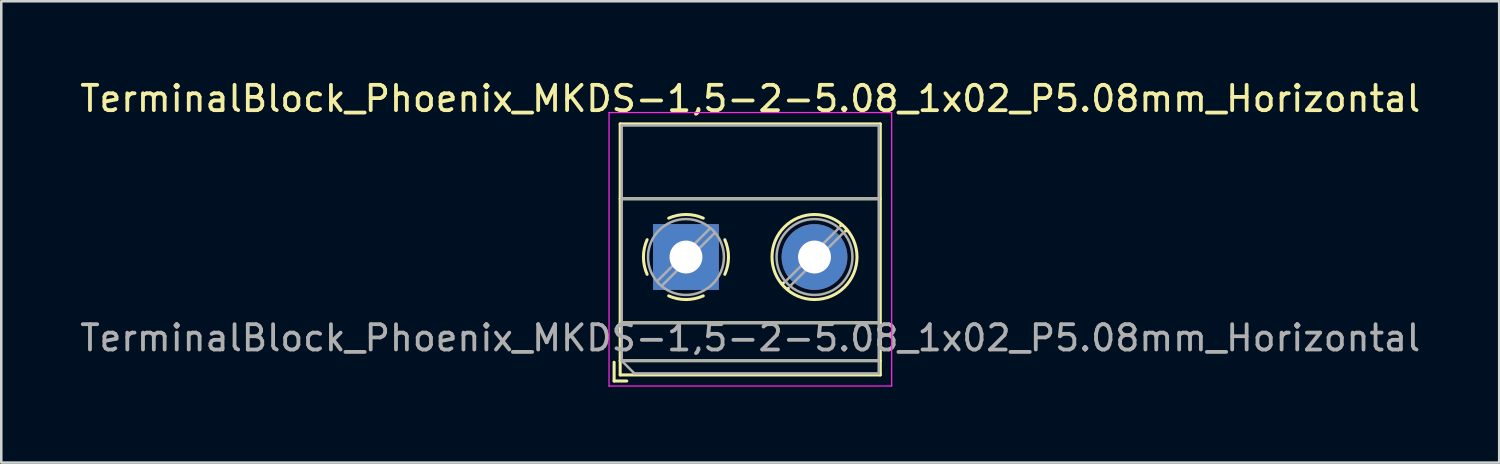
<source format=kicad_pcb>
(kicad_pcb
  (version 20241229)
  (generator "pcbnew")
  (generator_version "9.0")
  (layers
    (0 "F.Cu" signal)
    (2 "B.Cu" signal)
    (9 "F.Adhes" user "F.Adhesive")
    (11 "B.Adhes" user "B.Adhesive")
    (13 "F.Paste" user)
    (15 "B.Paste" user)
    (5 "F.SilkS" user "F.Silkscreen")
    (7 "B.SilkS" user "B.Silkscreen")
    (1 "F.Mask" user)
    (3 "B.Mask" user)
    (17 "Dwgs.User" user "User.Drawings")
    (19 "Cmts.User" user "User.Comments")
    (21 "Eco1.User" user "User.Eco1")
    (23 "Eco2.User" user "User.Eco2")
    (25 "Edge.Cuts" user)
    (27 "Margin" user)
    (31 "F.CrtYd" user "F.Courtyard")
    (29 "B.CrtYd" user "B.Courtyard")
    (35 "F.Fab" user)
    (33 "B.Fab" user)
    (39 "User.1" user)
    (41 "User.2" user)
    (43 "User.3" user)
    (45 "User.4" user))
  (footprint "TerminalBlock_Phoenix_MKDS-1,5-2-5.08_1x02_P5.08mm_Horizontal"
    (layer "F.Cu")
    (at 24.061 7.108)
    (property "Reference" "TerminalBlock_Phoenix_MKDS-1,5-2-5.08_1x02_P5.08mm_Horizontal" (at 2.54 -6.26 0) (layer "F.SilkS") (effects (font (size 1 1) (thickness 0.15))))
    (attr through_hole)
    (fp_line (start -2.84 4.16) (end -2.84 4.9) (stroke (width 0.12) (type solid)) (layer "F.SilkS"))
    (fp_line (start -2.84 4.9) (end -2.34 4.9) (stroke (width 0.12) (type solid)) (layer "F.SilkS"))
    (fp_line (start -2.6 -5.261) (end -2.6 4.66) (stroke (width 0.12) (type solid)) (layer "F.SilkS"))
    (fp_line (start -2.6 -5.261) (end 7.68 -5.261) (stroke (width 0.12) (type solid)) (layer "F.SilkS"))
    (fp_line (start -2.6 -2.301) (end 7.68 -2.301) (stroke (width 0.12) (type solid)) (layer "F.SilkS"))
    (fp_line (start -2.6 2.6) (end 7.68 2.6) (stroke (width 0.12) (type solid)) (layer "F.SilkS"))
    (fp_line (start -2.6 4.1) (end 7.68 4.1) (stroke (width 0.12) (type solid)) (layer "F.SilkS"))
    (fp_line (start -2.6 4.66) (end 7.68 4.66) (stroke (width 0.12) (type solid)) (layer "F.SilkS"))
    (fp_line (start 3.853 1.023) (end 3.806 1.069) (stroke (width 0.12) (type solid)) (layer "F.SilkS"))
    (fp_line (start 4.046 1.239) (end 4.011 1.274) (stroke (width 0.12) (type solid)) (layer "F.SilkS"))
    (fp_line (start 6.15 -1.275) (end 6.115 -1.239) (stroke (width 0.12) (type solid)) (layer "F.SilkS"))
    (fp_line (start 6.355 -1.069) (end 6.308 -1.023) (stroke (width 0.12) (type solid)) (layer "F.SilkS"))
    (fp_line (start 7.68 -5.261) (end 7.68 4.66) (stroke (width 0.12) (type solid)) (layer "F.SilkS"))
    (fp_arc (start -1.535427 0.683042) (mid -1.680501 -0.000524) (end -1.535 -0.684) (stroke (width 0.12) (type solid)) (layer "F.SilkS"))
    (fp_arc (start -0.683042 -1.535427) (mid 0.000524 -1.680501) (end 0.684 -1.535) (stroke (width 0.12) (type solid)) (layer "F.SilkS"))
    (fp_arc (start 0.028805 1.680253) (mid -0.335551 1.646659) (end -0.684 1.535) (stroke (width 0.12) (type solid)) (layer "F.SilkS"))
    (fp_arc (start 0.683318 1.534756) (mid 0.349292 1.643288) (end 0 1.68) (stroke (width 0.12) (type solid)) (layer "F.SilkS"))
    (fp_arc (start 1.535427 -0.683042) (mid 1.680501 0.000524) (end 1.535 0.684) (stroke (width 0.12) (type solid)) (layer "F.SilkS"))
    (fp_circle (center 5.08 0) (end 6.76 0) (stroke (width 0.12) (type solid)) (fill no) (layer "F.SilkS"))
    (fp_line (start -3.04 -5.71) (end -3.04 5.1) (stroke (width 0.05) (type solid)) (layer "F.CrtYd"))
    (fp_line (start -3.04 5.1) (end 8.13 5.1) (stroke (width 0.05) (type solid)) (layer "F.CrtYd"))
    (fp_line (start 8.13 -5.71) (end -3.04 -5.71) (stroke (width 0.05) (type solid)) (layer "F.CrtYd"))
    (fp_line (start 8.13 5.1) (end 8.13 -5.71) (stroke (width 0.05) (type solid)) (layer "F.CrtYd"))
    (fp_line (start -2.54 -5.2) (end 7.62 -5.2) (stroke (width 0.1) (type solid)) (layer "F.Fab"))
    (fp_line (start -2.54 -2.3) (end 7.62 -2.3) (stroke (width 0.1) (type solid)) (layer "F.Fab"))
    (fp_line (start -2.54 2.6) (end 7.62 2.6) (stroke (width 0.1) (type solid)) (layer "F.Fab"))
    (fp_line (start -2.54 4.1) (end -2.54 -5.2) (stroke (width 0.1) (type solid)) (layer "F.Fab"))
    (fp_line (start -2.54 4.1) (end 7.62 4.1) (stroke (width 0.1) (type solid)) (layer "F.Fab"))
    (fp_line (start -2.04 4.6) (end -2.54 4.1) (stroke (width 0.1) (type solid)) (layer "F.Fab"))
    (fp_line (start 0.955 -1.138) (end -1.138 0.955) (stroke (width 0.1) (type solid)) (layer "F.Fab"))
    (fp_line (start 1.138 -0.955) (end -0.955 1.138) (stroke (width 0.1) (type solid)) (layer "F.Fab"))
    (fp_line (start 6.035 -1.138) (end 3.943 0.955) (stroke (width 0.1) (type solid)) (layer "F.Fab"))
    (fp_line (start 6.218 -0.955) (end 4.126 1.138) (stroke (width 0.1) (type solid)) (layer "F.Fab"))
    (fp_line (start 7.62 -5.2) (end 7.62 4.6) (stroke (width 0.1) (type solid)) (layer "F.Fab"))
    (fp_line (start 7.62 4.6) (end -2.04 4.6) (stroke (width 0.1) (type solid)) (layer "F.Fab"))
    (fp_circle (center 0 0) (end 1.5 0) (stroke (width 0.1) (type solid)) (fill no) (layer "F.Fab"))
    (fp_circle (center 5.08 0) (end 6.58 0) (stroke (width 0.1) (type solid)) (fill no) (layer "F.Fab"))
    (fp_text user "${REFERENCE}" (at 2.54 3.2 0) (layer "F.Fab") (effects (font (size 1 1) (thickness 0.15))))
    (pad "1" thru_hole rect (at 0 0) (size 2.6 2.6) (drill 1.3) (layers "*.Cu" "*.Mask"))
    (pad "2" thru_hole circle (at 5.08 0) (size 2.6 2.6) (drill 1.3) (layers "*.Cu" "*.Mask")))
  (gr_rect
    (start -3 -3)
    (end 56.202 15.233)
    (stroke (width 0.1) (type default))
    (fill no)
    (layer "Edge.Cuts")))
</source>
